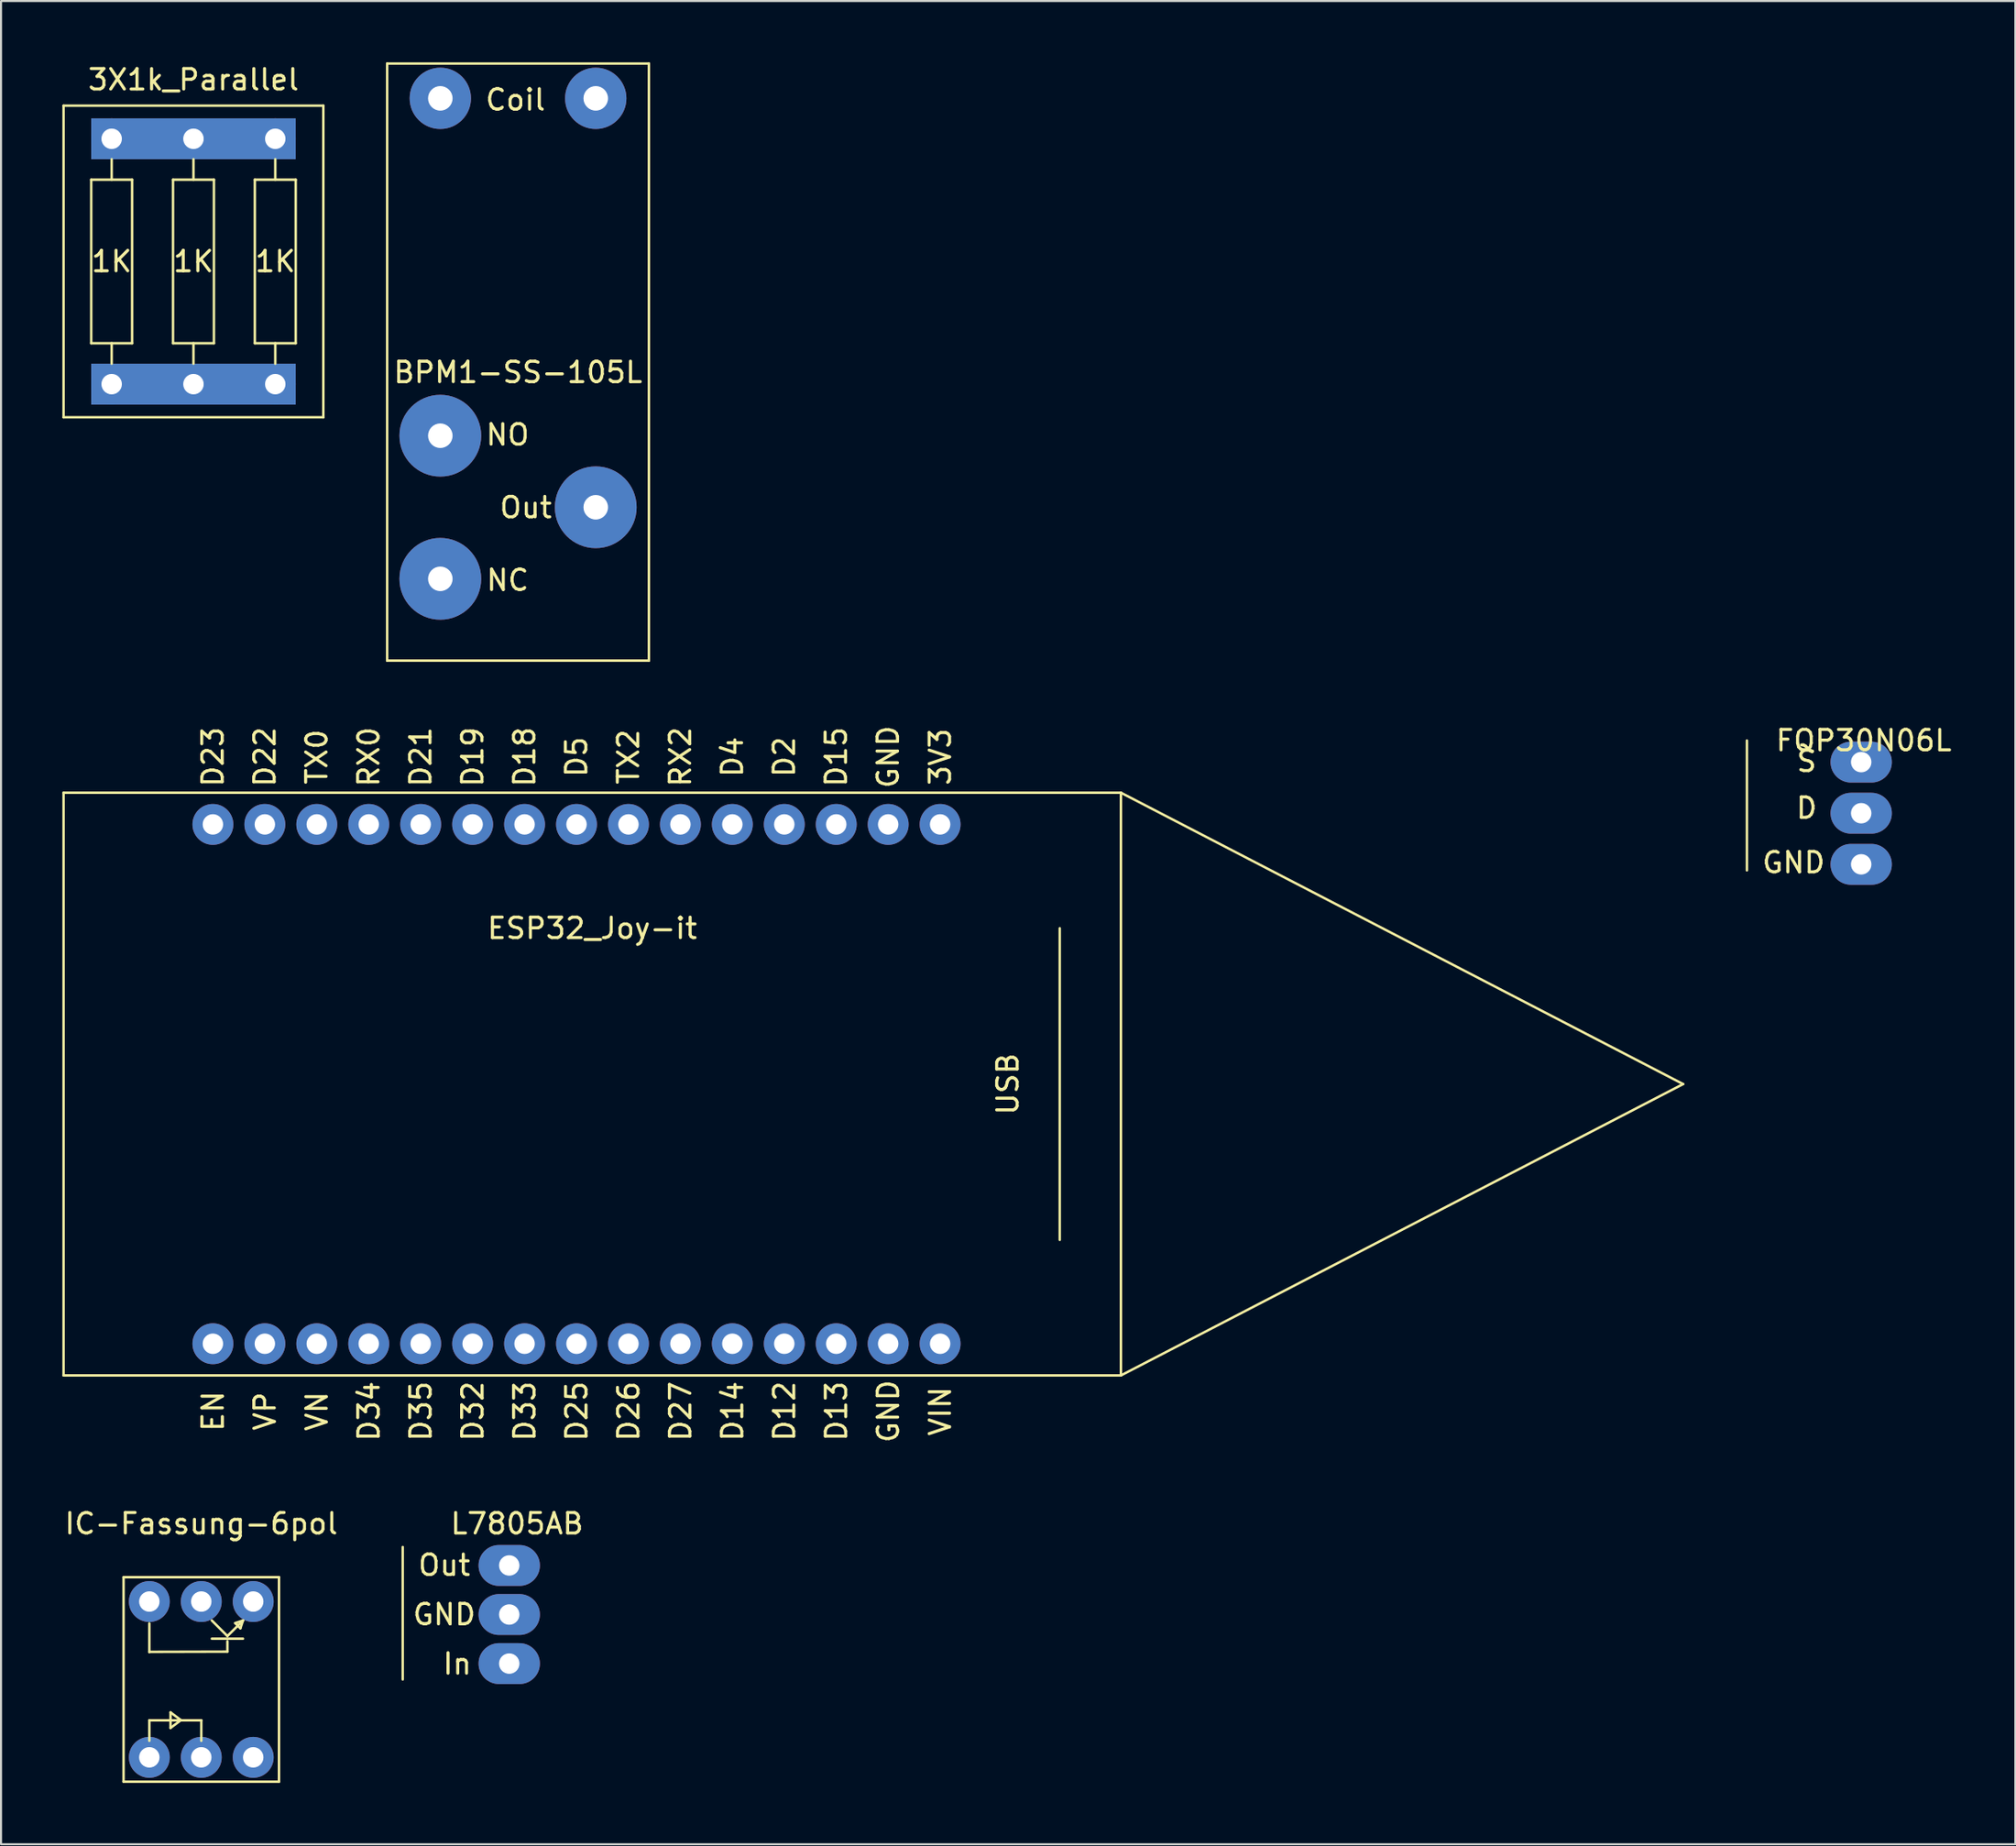
<source format=kicad_pcb>
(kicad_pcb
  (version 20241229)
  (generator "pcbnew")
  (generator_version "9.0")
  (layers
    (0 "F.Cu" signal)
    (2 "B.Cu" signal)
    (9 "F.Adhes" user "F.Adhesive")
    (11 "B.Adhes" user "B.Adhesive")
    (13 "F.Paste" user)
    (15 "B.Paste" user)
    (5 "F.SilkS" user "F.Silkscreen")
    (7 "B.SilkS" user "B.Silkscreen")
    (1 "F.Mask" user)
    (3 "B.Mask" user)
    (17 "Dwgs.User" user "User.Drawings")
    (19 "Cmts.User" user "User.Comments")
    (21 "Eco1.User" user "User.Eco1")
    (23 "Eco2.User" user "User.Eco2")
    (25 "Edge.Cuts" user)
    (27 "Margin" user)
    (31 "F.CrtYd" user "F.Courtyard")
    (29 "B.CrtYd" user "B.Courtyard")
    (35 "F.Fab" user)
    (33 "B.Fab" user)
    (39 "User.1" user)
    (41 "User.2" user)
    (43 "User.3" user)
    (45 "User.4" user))
  (footprint "L7805AB"
    (layer "F.Cu")
    (at 21.85 75.915)
    (property "Reference" "L7805AB" (at 0.381 -4.445 0) (layer "F.SilkS") (effects (font (size 1 1) (thickness 0.15))))
    (attr through_hole)
    (fp_line (start -5.207 -3.302) (end -5.207 3.175) (stroke (width 0.12) (type solid)) (layer "F.SilkS"))
    (fp_text user "GND" (at -3.175 0 0) (layer "F.SilkS") (effects (font (size 1 1) (thickness 0.15))))
    (fp_text user "In" (at -2.54 2.413 0) (layer "F.SilkS") (effects (font (size 1 1) (thickness 0.15))))
    (fp_text user "Out" (at -3.175 -2.413 0) (layer "F.SilkS") (effects (font (size 1 1) (thickness 0.15))))
    (pad "1" thru_hole oval (at 0 2.4) (size 3 2) (drill 1) (layers "*.Cu" "*.Mask"))
    (pad "2" thru_hole oval (at 0 0) (size 3 2) (drill 1) (layers "*.Cu" "*.Mask"))
    (pad "3" thru_hole oval (at 0 -2.4) (size 3 2) (drill 1) (layers "*.Cu" "*.Mask")))
  (footprint "FQP30N06L"
    (layer "F.Cu")
    (at 87.958 36.724)
    (property "Reference" "FQP30N06L" (at 0.127 -3.556 0) (layer "F.SilkS") (effects (font (size 1 1) (thickness 0.15))))
    (attr through_hole)
    (fp_line (start -5.588 -3.556) (end -5.588 2.794) (stroke (width 0.12) (type solid)) (layer "F.SilkS"))
    (fp_text user "S" (at -2.667 -2.54 0) (layer "F.SilkS") (effects (font (size 1 1) (thickness 0.15))))
    (fp_text user "GND" (at -3.302 2.413 0) (layer "F.SilkS") (effects (font (size 1 1) (thickness 0.15))))
    (fp_text user "D" (at -2.667 -0.254 0) (layer "F.SilkS") (effects (font (size 1 1) (thickness 0.15))))
    (pad "1" thru_hole oval (at 0 -2.5) (size 3 2) (drill 1) (layers "*.Cu" "*.Mask"))
    (pad "2" thru_hole oval (at 0 0) (size 3 2) (drill 1) (layers "*.Cu" "*.Mask"))
    (pad "3" thru_hole oval (at 0 2.5) (size 3 2) (drill 1) (layers "*.Cu" "*.Mask")))
  (footprint "IC-Fassung-6pol"
    (layer "F.Cu")
    (at 6.792 79.09)
    (property "Reference" "IC-Fassung-6pol" (at 0 -7.62 0) (layer "F.SilkS") (effects (font (size 1 1) (thickness 0.15))))
    (attr through_hole)
    (fp_line (start -3.8 -5) (end 3.8 -5) (stroke (width 0.12) (type solid)) (layer "F.SilkS"))
    (fp_line (start -3.8 5) (end -3.8 -5) (stroke (width 0.12) (type solid)) (layer "F.SilkS"))
    (fp_line (start -2.543 -1.349) (end 1.278 -1.359) (stroke (width 0.12) (type solid)) (layer "F.SilkS"))
    (fp_line (start -2.54 -1.336) (end -2.54 -2.743) (stroke (width 0.12) (type solid)) (layer "F.SilkS"))
    (fp_line (start -2.54 2) (end -2.54 3) (stroke (width 0.12) (type solid)) (layer "F.SilkS"))
    (fp_line (start -2.54 2) (end 0 2) (stroke (width 0.12) (type solid)) (layer "F.SilkS"))
    (fp_line (start -1.504 1.61) (end -1.504 2.372) (stroke (width 0.12) (type solid)) (layer "F.SilkS"))
    (fp_line (start -1.504 2.372) (end -0.996 1.991) (stroke (width 0.12) (type solid)) (layer "F.SilkS"))
    (fp_line (start -0.996 1.991) (end -1.504 1.61) (stroke (width 0.12) (type solid)) (layer "F.SilkS"))
    (fp_line (start 0 2) (end 0 3) (stroke (width 0.12) (type solid)) (layer "F.SilkS"))
    (fp_line (start 0.516 -2.883) (end 1.278 -2.121) (stroke (width 0.12) (type solid)) (layer "F.SilkS"))
    (fp_line (start 0.516 -1.994) (end 2.04 -1.994) (stroke (width 0.12) (type solid)) (layer "F.SilkS"))
    (fp_line (start 1.278 -2.121) (end 2.04 -2.883) (stroke (width 0.12) (type solid)) (layer "F.SilkS"))
    (fp_line (start 1.278 -1.359) (end 1.278 -1.867) (stroke (width 0.12) (type solid)) (layer "F.SilkS"))
    (fp_line (start 1.659 -2.756) (end 1.913 -2.502) (stroke (width 0.12) (type solid)) (layer "F.SilkS"))
    (fp_line (start 1.913 -2.502) (end 2.04 -2.883) (stroke (width 0.12) (type solid)) (layer "F.SilkS"))
    (fp_line (start 2.04 -2.883) (end 1.659 -2.756) (stroke (width 0.12) (type solid)) (layer "F.SilkS"))
    (fp_line (start 3.8 -5) (end 3.8 5) (stroke (width 0.12) (type solid)) (layer "F.SilkS"))
    (fp_line (start 3.8 5) (end -3.8 5) (stroke (width 0.12) (type solid)) (layer "F.SilkS"))
    (pad "1" thru_hole circle (at -2.54 3.81) (size 2 2) (drill 1) (layers "*.Cu" "*.Mask"))
    (pad "2" thru_hole circle (at 0 3.81) (size 2 2) (drill 1) (layers "*.Cu" "*.Mask"))
    (pad "3" thru_hole circle (at 2.54 3.81) (size 2 2) (drill 1) (layers "*.Cu" "*.Mask"))
    (pad "4" thru_hole circle (at 2.54 -3.81) (size 2 2) (drill 1) (layers "*.Cu" "*.Mask"))
    (pad "5" thru_hole circle (at 0 -3.81) (size 2 2) (drill 1) (layers "*.Cu" "*.Mask"))
    (pad "6" thru_hole circle (at -2.54 -3.81) (size 2 2) (drill 1) (layers "*.Cu" "*.Mask")))
  (footprint "BPM1-SS-105L"
    (layer "F.Cu")
    (at 22.28 14.66)
    (property "Reference" "BPM1-SS-105L" (at 0 0.5 0) (layer "F.SilkS") (effects (font (size 1 1) (thickness 0.15))))
    (attr through_hole)
    (fp_line (start -6.4 -14.6) (end -6.4 14.6) (stroke (width 0.12) (type solid)) (layer "F.SilkS"))
    (fp_line (start -6.4 14.6) (end 6.4 14.6) (stroke (width 0.12) (type solid)) (layer "F.SilkS"))
    (fp_line (start 6.4 -14.6) (end -6.4 -14.6) (stroke (width 0.12) (type solid)) (layer "F.SilkS"))
    (fp_line (start 6.4 -14.6) (end 6.4 14.6) (stroke (width 0.12) (type solid)) (layer "F.SilkS"))
    (fp_text user "NO" (at -0.508 3.556 0) (layer "F.SilkS") (effects (font (size 1 1) (thickness 0.15))))
    (fp_text user "Coil" (at -0.127 -12.827 0) (layer "F.SilkS") (effects (font (size 1 1) (thickness 0.15))))
    (fp_text user "Out" (at 0.381 7.112 0) (layer "F.SilkS") (effects (font (size 1 1) (thickness 0.15))))
    (fp_text user "NC" (at -0.508 10.668 0) (layer "F.SilkS") (effects (font (size 1 1) (thickness 0.15))))
    (pad "11" thru_hole circle (at 3.8 7.1) (size 4 4) (drill 1.2) (layers "*.Cu" "*.Mask"))
    (pad "12" thru_hole circle (at -3.8 10.6) (size 4 4) (drill 1.2) (layers "*.Cu" "*.Mask"))
    (pad "14" thru_hole circle (at -3.8 3.6) (size 4 4) (drill 1.2) (layers "*.Cu" "*.Mask"))
    (pad "A1" thru_hole circle (at 3.8 -12.9) (size 3 3) (drill 1.2) (layers "*.Cu" "*.Mask"))
    (pad "A2" thru_hole circle (at -3.8 -12.9) (size 3 3) (drill 1.2) (layers "*.Cu" "*.Mask")))
  (footprint "ESP32_Joy-it"
    (layer "F.Cu")
    (at 25.91 49.971)
    (property "Reference" "ESP32_Joy-it" (at 0 -7.62 0) (layer "F.SilkS") (effects (font (size 1 1) (thickness 0.15))))
    (attr through_hole)
    (fp_line (start -25.85 -14.25) (end 25.85 -14.25) (stroke (width 0.12) (type solid)) (layer "F.SilkS"))
    (fp_line (start -25.85 14.25) (end -25.85 -14.25) (stroke (width 0.12) (type solid)) (layer "F.SilkS"))
    (fp_line (start 22.86 -7.62) (end 22.86 7.62) (stroke (width 0.12) (type solid)) (layer "F.SilkS"))
    (fp_line (start 25.85 -14.25) (end 25.85 14.25) (stroke (width 0.12) (type solid)) (layer "F.SilkS"))
    (fp_line (start 25.85 -14.25) (end 53.34 0) (stroke (width 0.12) (type solid)) (layer "F.SilkS"))
    (fp_line (start 25.85 14.25) (end -25.85 14.25) (stroke (width 0.12) (type solid)) (layer "F.SilkS"))
    (fp_line (start 53.34 0) (end 25.85 14.25) (stroke (width 0.12) (type solid)) (layer "F.SilkS"))
    (fp_text user "D21" (at -8.39 -16.002 90) (layer "F.SilkS") (effects (font (size 1 1) (thickness 0.15))))
    (fp_text user "3V3" (at 17.018 -16.002 270) (layer "F.SilkS") (effects (font (size 1 1) (thickness 0.15))))
    (fp_text user "VIN" (at 17.018 16.002 90) (layer "F.SilkS") (effects (font (size 1 1) (thickness 0.15))))
    (fp_text user "USB" (at 20.32 0 270) (layer "F.SilkS") (effects (font (size 1 1) (thickness 0.15))))
    (fp_text user "D12" (at 9.398 16.002 90) (layer "F.SilkS") (effects (font (size 1 1) (thickness 0.15))))
    (fp_text user "D22" (at -16.01 -16.002 90) (layer "F.SilkS") (effects (font (size 1 1) (thickness 0.15))))
    (fp_text user "D26" (at 1.778 16.002 90) (layer "F.SilkS") (effects (font (size 1 1) (thickness 0.15))))
    (fp_text user "RX0" (at -10.93 -16.002 90) (layer "F.SilkS") (effects (font (size 1 1) (thickness 0.15))))
    (fp_text user "D14" (at 6.858 16.002 90) (layer "F.SilkS") (effects (font (size 1 1) (thickness 0.15))))
    (fp_text user "D23" (at -18.55 -16.002 90) (layer "F.SilkS") (effects (font (size 1 1) (thickness 0.15))))
    (fp_text user "D27" (at 4.318 16.002 90) (layer "F.SilkS") (effects (font (size 1 1) (thickness 0.15))))
    (fp_text user "GND" (at 14.478 16.002 90) (layer "F.SilkS") (effects (font (size 1 1) (thickness 0.15))))
    (fp_text user "TX0" (at -13.47 -16.002 90) (layer "F.SilkS") (effects (font (size 1 1) (thickness 0.15))))
    (fp_text user "D18" (at -3.31 -16.002 90) (layer "F.SilkS") (effects (font (size 1 1) (thickness 0.15))))
    (fp_text user "D34" (at -10.922 16.002 90) (layer "F.SilkS") (effects (font (size 1 1) (thickness 0.15))))
    (fp_text user "D5" (at -0.77 -16.002 90) (layer "F.SilkS") (effects (font (size 1 1) (thickness 0.15))))
    (fp_text user "D33" (at -3.302 16.002 90) (layer "F.SilkS") (effects (font (size 1 1) (thickness 0.15))))
    (fp_text user "VP" (at -16.002 16.002 90) (layer "F.SilkS") (effects (font (size 1 1) (thickness 0.15))))
    (fp_text user "D19" (at -5.85 -16.002 90) (layer "F.SilkS") (effects (font (size 1 1) (thickness 0.15))))
    (fp_text user "D4" (at 6.85 -16.002 90) (layer "F.SilkS") (effects (font (size 1 1) (thickness 0.15))))
    (fp_text user "RX2" (at 4.31 -16.002 90) (layer "F.SilkS") (effects (font (size 1 1) (thickness 0.15))))
    (fp_text user "GND" (at 14.47 -16.002 90) (layer "F.SilkS") (effects (font (size 1 1) (thickness 0.15))))
    (fp_text user "TX2" (at 1.77 -16.002 90) (layer "F.SilkS") (effects (font (size 1 1) (thickness 0.15))))
    (fp_text user "EN" (at -18.542 16.002 90) (layer "F.SilkS") (effects (font (size 1 1) (thickness 0.15))))
    (fp_text user "VN" (at -13.462 16.002 90) (layer "F.SilkS") (effects (font (size 1 1) (thickness 0.15))))
    (fp_text user "D13" (at 11.938 16.002 90) (layer "F.SilkS") (effects (font (size 1 1) (thickness 0.15))))
    (fp_text user "D2" (at 9.39 -16.002 90) (layer "F.SilkS") (effects (font (size 1 1) (thickness 0.15))))
    (fp_text user "D25" (at -0.762 16.002 90) (layer "F.SilkS") (effects (font (size 1 1) (thickness 0.15))))
    (fp_text user "D35" (at -8.382 16.002 90) (layer "F.SilkS") (effects (font (size 1 1) (thickness 0.15))))
    (fp_text user "D15" (at 11.93 -16.002 90) (layer "F.SilkS") (effects (font (size 1 1) (thickness 0.15))))
    (fp_text user "D32" (at -5.842 16.002 90) (layer "F.SilkS") (effects (font (size 1 1) (thickness 0.15))))
    (pad "1" thru_hole circle (at -18.55 -12.7) (size 2 2) (drill 1) (layers "*.Cu" "*.Mask"))
    (pad "2" thru_hole circle (at -16.01 -12.7) (size 2 2) (drill 1) (layers "*.Cu" "*.Mask"))
    (pad "3" thru_hole circle (at -13.47 -12.7) (size 2 2) (drill 1) (layers "*.Cu" "*.Mask"))
    (pad "4" thru_hole circle (at -10.93 -12.7) (size 2 2) (drill 1) (layers "*.Cu" "*.Mask"))
    (pad "5" thru_hole circle (at -8.39 -12.7) (size 2 2) (drill 1) (layers "*.Cu" "*.Mask"))
    (pad "6" thru_hole circle (at -5.85 -12.7) (size 2 2) (drill 1) (layers "*.Cu" "*.Mask"))
    (pad "7" thru_hole circle (at -3.31 -12.7) (size 2 2) (drill 1) (layers "*.Cu" "*.Mask"))
    (pad "8" thru_hole circle (at -0.77 -12.7) (size 2 2) (drill 1) (layers "*.Cu" "*.Mask"))
    (pad "9" thru_hole circle (at 1.77 -12.7) (size 2 2) (drill 1) (layers "*.Cu" "*.Mask"))
    (pad "10" thru_hole circle (at 4.31 -12.7) (size 2 2) (drill 1) (layers "*.Cu" "*.Mask"))
    (pad "11" thru_hole circle (at 6.85 -12.7) (size 2 2) (drill 1) (layers "*.Cu" "*.Mask"))
    (pad "12" thru_hole circle (at 9.39 -12.7) (size 2 2) (drill 1) (layers "*.Cu" "*.Mask"))
    (pad "13" thru_hole circle (at 11.93 -12.7) (size 2 2) (drill 1) (layers "*.Cu" "*.Mask"))
    (pad "14" thru_hole circle (at 14.47 -12.7) (size 2 2) (drill 1) (layers "*.Cu" "*.Mask"))
    (pad "15" thru_hole circle (at 17.01 -12.7) (size 2 2) (drill 1) (layers "*.Cu" "*.Mask"))
    (pad "16" thru_hole circle (at 17.01 12.7) (size 2 2) (drill 1) (layers "*.Cu" "*.Mask"))
    (pad "17" thru_hole circle (at 14.47 12.7) (size 2 2) (drill 1) (layers "*.Cu" "*.Mask"))
    (pad "18" thru_hole circle (at 11.93 12.7) (size 2 2) (drill 1) (layers "*.Cu" "*.Mask"))
    (pad "19" thru_hole circle (at 9.39 12.7) (size 2 2) (drill 1) (layers "*.Cu" "*.Mask"))
    (pad "20" thru_hole circle (at 6.85 12.7) (size 2 2) (drill 1) (layers "*.Cu" "*.Mask"))
    (pad "21" thru_hole circle (at 4.31 12.7) (size 2 2) (drill 1) (layers "*.Cu" "*.Mask"))
    (pad "22" thru_hole circle (at 1.77 12.7) (size 2 2) (drill 1) (layers "*.Cu" "*.Mask"))
    (pad "23" thru_hole circle (at -0.77 12.7) (size 2 2) (drill 1) (layers "*.Cu" "*.Mask"))
    (pad "24" thru_hole circle (at -3.31 12.7) (size 2 2) (drill 1) (layers "*.Cu" "*.Mask"))
    (pad "25" thru_hole circle (at -5.85 12.7) (size 2 2) (drill 1) (layers "*.Cu" "*.Mask"))
    (pad "26" thru_hole circle (at -8.39 12.7) (size 2 2) (drill 1) (layers "*.Cu" "*.Mask"))
    (pad "27" thru_hole circle (at -10.93 12.7) (size 2 2) (drill 1) (layers "*.Cu" "*.Mask"))
    (pad "28" thru_hole circle (at -13.47 12.7) (size 2 2) (drill 1) (layers "*.Cu" "*.Mask"))
    (pad "29" thru_hole circle (at -16.01 12.7) (size 2 2) (drill 1) (layers "*.Cu" "*.Mask"))
    (pad "30" thru_hole circle (at -18.55 12.7) (size 2 2) (drill 1) (layers "*.Cu" "*.Mask")))
  (footprint "3X1k_Parallel"
    (layer "F.Cu")
    (at 6.41 9.738)
    (property "Reference" "3X1k_Parallel" (at 0 -8.89 0) (layer "F.SilkS") (effects (font (size 1 1) (thickness 0.15))))
    (attr through_hole)
    (fp_line (start -6.35 -7.62) (end 6.35 -7.62) (stroke (width 0.12) (type solid)) (layer "F.SilkS"))
    (fp_line (start -6.35 7.62) (end -6.35 -7.62) (stroke (width 0.12) (type solid)) (layer "F.SilkS"))
    (fp_line (start -5 -4) (end -3 -4) (stroke (width 0.12) (type solid)) (layer "F.SilkS"))
    (fp_line (start -5 4) (end -5 -4) (stroke (width 0.12) (type solid)) (layer "F.SilkS"))
    (fp_line (start -4 -4) (end -4 -5) (stroke (width 0.12) (type solid)) (layer "F.SilkS"))
    (fp_line (start -4 4) (end -4 5) (stroke (width 0.12) (type solid)) (layer "F.SilkS"))
    (fp_line (start -3 -4) (end -3 4) (stroke (width 0.12) (type solid)) (layer "F.SilkS"))
    (fp_line (start -3 4) (end -5 4) (stroke (width 0.12) (type solid)) (layer "F.SilkS"))
    (fp_line (start -1 -4) (end 1 -4) (stroke (width 0.12) (type solid)) (layer "F.SilkS"))
    (fp_line (start -1 4) (end -1 -4) (stroke (width 0.12) (type solid)) (layer "F.SilkS"))
    (fp_line (start 0 -4) (end 0 -5) (stroke (width 0.12) (type solid)) (layer "F.SilkS"))
    (fp_line (start 0 4) (end 0 5) (stroke (width 0.12) (type solid)) (layer "F.SilkS"))
    (fp_line (start 1 -4) (end 1 4) (stroke (width 0.12) (type solid)) (layer "F.SilkS"))
    (fp_line (start 1 4) (end -1 4) (stroke (width 0.12) (type solid)) (layer "F.SilkS"))
    (fp_line (start 3 -4) (end 5 -4) (stroke (width 0.12) (type solid)) (layer "F.SilkS"))
    (fp_line (start 3 4) (end 3 -4) (stroke (width 0.12) (type solid)) (layer "F.SilkS"))
    (fp_line (start 4 -5) (end 4 -4) (stroke (width 0.12) (type solid)) (layer "F.SilkS"))
    (fp_line (start 4 4) (end 4 5) (stroke (width 0.12) (type solid)) (layer "F.SilkS"))
    (fp_line (start 5 -4) (end 5 4) (stroke (width 0.12) (type solid)) (layer "F.SilkS"))
    (fp_line (start 5 4) (end 3 4) (stroke (width 0.12) (type solid)) (layer "F.SilkS"))
    (fp_line (start 6.35 -7.62) (end 6.35 7.62) (stroke (width 0.12) (type solid)) (layer "F.SilkS"))
    (fp_line (start 6.35 7.62) (end -6.35 7.62) (stroke (width 0.12) (type solid)) (layer "F.SilkS"))
    (fp_text user "1K" (at 0 0 0) (layer "F.SilkS") (effects (font (size 1 1) (thickness 0.15))))
    (fp_text user "1K" (at -4 0 0) (layer "F.SilkS") (effects (font (size 1 1) (thickness 0.15))))
    (fp_text user "1K" (at 4 0 0) (layer "F.SilkS") (effects (font (size 1 1) (thickness 0.15))))
    (pad "1" thru_hole circle (at -4 -6) (size 2 2) (drill 1) (layers "*.Cu" "*.Mask"))
    (pad "1" thru_hole rect (at 0 -6) (size 10 2) (drill 1) (layers "*.Cu" "*.Mask"))
    (pad "1" thru_hole circle (at 4 -6) (size 2 2) (drill 1) (layers "*.Cu" "*.Mask"))
    (pad "2" thru_hole circle (at -4 6) (size 2 2) (drill 1) (layers "*.Cu" "*.Mask"))
    (pad "2" thru_hole rect (at 0 6) (size 10 2) (drill 1) (layers "*.Cu" "*.Mask"))
    (pad "2" thru_hole circle (at 4 6) (size 2 2) (drill 1) (layers "*.Cu" "*.Mask")))
  (gr_rect
    (start -3 -3)
    (end 95.496 87.15)
    (stroke (width 0.1) (type default))
    (fill no)
    (layer "Edge.Cuts")))
</source>
